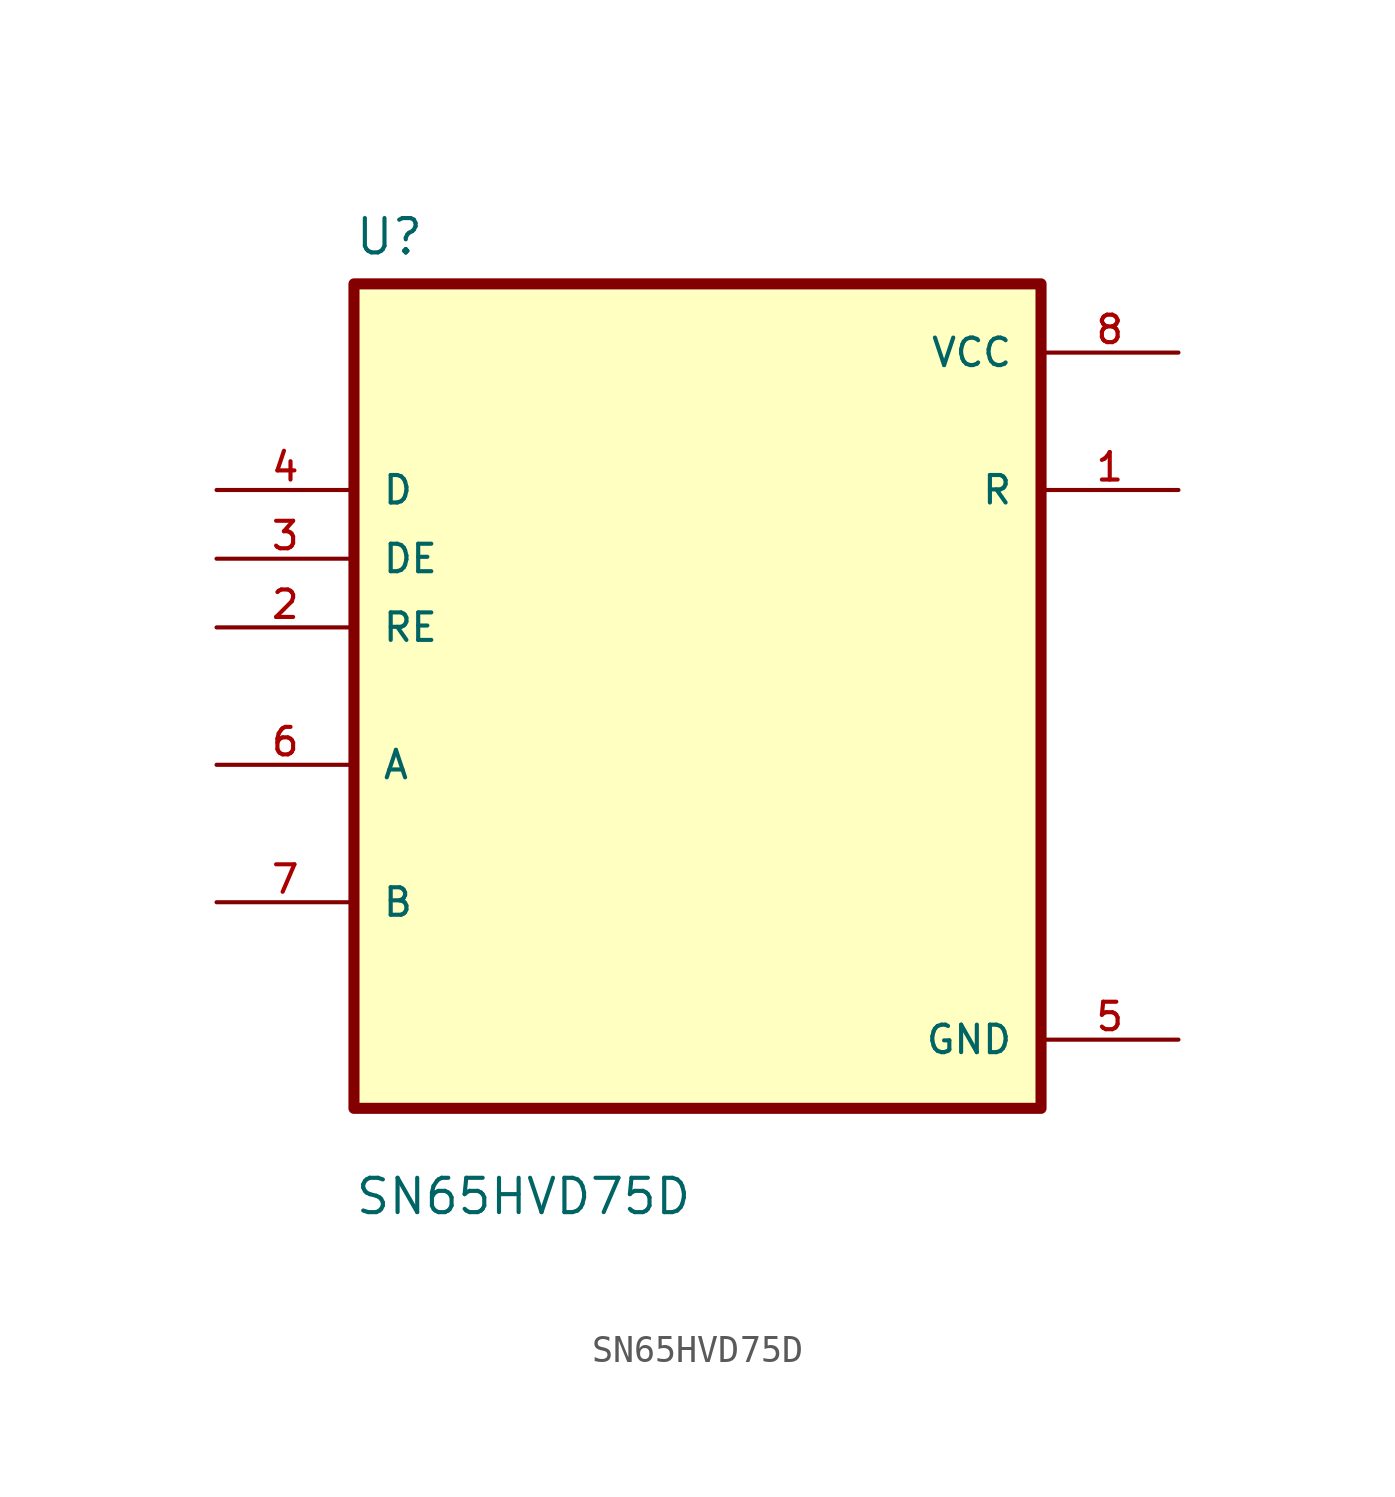
<source format=kicad_sym>
(kicad_symbol_lib
  (version 20211014)
  (generator kicad_symbol_editor)
  (symbol "SN65HVD75D"
    (pin_names
      (offset 1.016))
    (property "Reference" "U"
      (at -12.7 16.24 0.0)
      (effects (font (size 1.27 1.27)) (justify bottom left)))
    (property "Value" "SN65HVD75D"
      (at -12.7 -19.24 0.0)
      (effects (font (size 1.27 1.27)) (justify bottom left)))
    (symbol "SN65HVD75D_0_0"
      (rectangle (start -12.7 -15.24) (end 12.7 15.24) (stroke (width 0.41)) (fill (type background)))
      (pin input line (at -17.78 7.62 0) (length 5.08) (name "D" (effects (font (size 1.016 1.016)))) (number "4" (effects (font (size 1.016 1.016)))))
      (pin input line (at -17.78 5.08 0) (length 5.08) (name "DE" (effects (font (size 1.016 1.016)))) (number "3" (effects (font (size 1.016 1.016)))))
      (pin input line (at -17.78 2.54 0) (length 5.08) (name "RE" (effects (font (size 1.016 1.016)))) (number "2" (effects (font (size 1.016 1.016)))))
      (pin bidirectional line (at -17.78 -2.54 0) (length 5.08) (name "A" (effects (font (size 1.016 1.016)))) (number "6" (effects (font (size 1.016 1.016)))))
      (pin bidirectional line (at -17.78 -7.62 0) (length 5.08) (name "B" (effects (font (size 1.016 1.016)))) (number "7" (effects (font (size 1.016 1.016)))))
      (pin power_in line (at 17.78 12.7 180.0) (length 5.08) (name "VCC" (effects (font (size 1.016 1.016)))) (number "8" (effects (font (size 1.016 1.016)))))
      (pin output line (at 17.78 7.62 180.0) (length 5.08) (name "R" (effects (font (size 1.016 1.016)))) (number "1" (effects (font (size 1.016 1.016)))))
      (pin power_in line (at 17.78 -12.7 180.0) (length 5.08) (name "GND" (effects (font (size 1.016 1.016)))) (number "5" (effects (font (size 1.016 1.016))))))))
</source>
